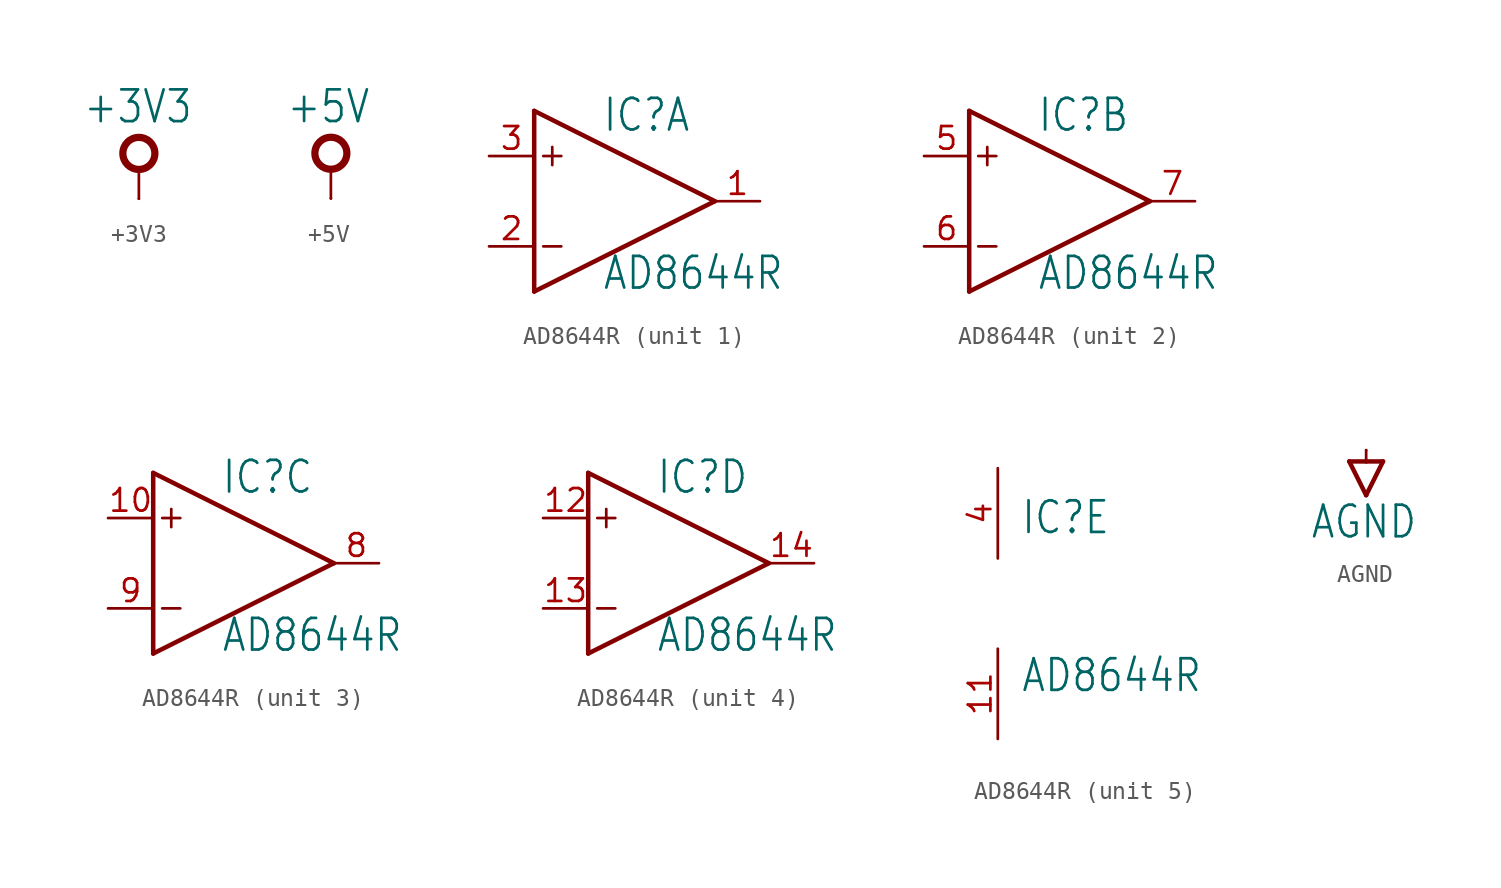
<source format=kicad_sym>
(kicad_symbol_lib
  (version 20211014)
  (generator kicad_symbol_editor)
  (symbol "+3V3"
    (power)
    (property "Reference" "#V"
      (at 0 0 0)
      (effects (font (size 1.27 1.27)) hide))
    (property "Value" "+3V3"
      (at -3.175 1.587 0)
      (effects (font (size 1.778 1.511)) (justify left bottom)))
    (property "ki_locked" ""
      (at 0 0 0)
      (effects (font (size 1.27 1.27))))
    (symbol "+3V3_1_0"
      (polyline (pts (xy 0 -2.54) (xy 0 -0.953)) (stroke (width 0.152) (type default) (color 0 0 0 0)) (fill (type none)))
      (circle (center 0 -0.0001) (radius 0.898) (stroke (width 0.406) (type default) (color 0 0 0 0)) (fill (type none)))
      (pin power_in line (at 0 -2.54 90) (length 0) (name "+3V3" (effects (font (size 0 0)))) (number "1" (effects (font (size 0 0)))))))
  (symbol "+5V"
    (power)
    (property "Reference" "#V"
      (at 0 0 0)
      (effects (font (size 1.27 1.27)) hide))
    (property "Value" "+5V"
      (at -2.54 1.587 0)
      (effects (font (size 1.778 1.511)) (justify left bottom)))
    (property "ki_locked" ""
      (at 0 0 0)
      (effects (font (size 1.27 1.27))))
    (symbol "+5V_1_0"
      (polyline (pts (xy 0 -2.54) (xy 0 -0.953)) (stroke (width 0.152) (type default) (color 0 0 0 0)) (fill (type none)))
      (circle (center 0 -0.0001) (radius 0.898) (stroke (width 0.406) (type default) (color 0 0 0 0)) (fill (type none)))
      (pin power_in line (at 0 -2.54 90) (length 0) (name "+5V" (effects (font (size 0 0)))) (number "1" (effects (font (size 0 0)))))))
  (symbol "AD8644R"
    (property "Reference" "IC"
      (at 1.27 3.81 0)
      (effects (font (size 1.778 1.511)) (justify left bottom)))
    (property "Value" "AD8644R"
      (at 1.27 -5.08 0)
      (effects (font (size 1.778 1.511)) (justify left bottom)))
    (property "ki_locked" ""
      (at 0 0 0)
      (effects (font (size 1.27 1.27))))
    (symbol "AD8644R_1_0"
      (polyline (pts (xy -2.54 -5.08) (xy 7.62 0)) (stroke (width 0.254) (type default) (color 0 0 0 0)) (fill (type none)))
      (polyline (pts (xy -2.54 5.08) (xy -2.54 -5.08)) (stroke (width 0.254) (type default) (color 0 0 0 0)) (fill (type none)))
      (polyline (pts (xy -2.032 -2.54) (xy -1.016 -2.54)) (stroke (width 0.152) (type default) (color 0 0 0 0)) (fill (type none)))
      (polyline (pts (xy -2.032 2.54) (xy -1.016 2.54)) (stroke (width 0.152) (type default) (color 0 0 0 0)) (fill (type none)))
      (polyline (pts (xy -1.524 3.048) (xy -1.524 2.032)) (stroke (width 0.152) (type default) (color 0 0 0 0)) (fill (type none)))
      (polyline (pts (xy 7.62 0) (xy -2.54 5.08)) (stroke (width 0.254) (type default) (color 0 0 0 0)) (fill (type none)))
      (pin output line (at 10.16 0 180) (length 2.54) (name "OUT" (effects (font (size 0 0)))) (number "1" (effects (font (size 1.27 1.27)))))
      (pin input line (at -5.08 -2.54 0) (length 2.54) (name "IN-" (effects (font (size 0 0)))) (number "2" (effects (font (size 1.27 1.27)))))
      (pin input line (at -5.08 2.54 0) (length 2.54) (name "IN+" (effects (font (size 0 0)))) (number "3" (effects (font (size 1.27 1.27))))))
    (symbol "AD8644R_2_0"
      (polyline (pts (xy -2.54 -5.08) (xy 7.62 0)) (stroke (width 0.254) (type default) (color 0 0 0 0)) (fill (type none)))
      (polyline (pts (xy -2.54 5.08) (xy -2.54 -5.08)) (stroke (width 0.254) (type default) (color 0 0 0 0)) (fill (type none)))
      (polyline (pts (xy -2.032 -2.54) (xy -1.016 -2.54)) (stroke (width 0.152) (type default) (color 0 0 0 0)) (fill (type none)))
      (polyline (pts (xy -2.032 2.54) (xy -1.016 2.54)) (stroke (width 0.152) (type default) (color 0 0 0 0)) (fill (type none)))
      (polyline (pts (xy -1.524 3.048) (xy -1.524 2.032)) (stroke (width 0.152) (type default) (color 0 0 0 0)) (fill (type none)))
      (polyline (pts (xy 7.62 0) (xy -2.54 5.08)) (stroke (width 0.254) (type default) (color 0 0 0 0)) (fill (type none)))
      (pin input line (at -5.08 2.54 0) (length 2.54) (name "IN+" (effects (font (size 0 0)))) (number "5" (effects (font (size 1.27 1.27)))))
      (pin input line (at -5.08 -2.54 0) (length 2.54) (name "IN-" (effects (font (size 0 0)))) (number "6" (effects (font (size 1.27 1.27)))))
      (pin output line (at 10.16 0 180) (length 2.54) (name "OUT" (effects (font (size 0 0)))) (number "7" (effects (font (size 1.27 1.27))))))
    (symbol "AD8644R_3_0"
      (polyline (pts (xy -2.54 -5.08) (xy 7.62 0)) (stroke (width 0.254) (type default) (color 0 0 0 0)) (fill (type none)))
      (polyline (pts (xy -2.54 5.08) (xy -2.54 -5.08)) (stroke (width 0.254) (type default) (color 0 0 0 0)) (fill (type none)))
      (polyline (pts (xy -2.032 -2.54) (xy -1.016 -2.54)) (stroke (width 0.152) (type default) (color 0 0 0 0)) (fill (type none)))
      (polyline (pts (xy -2.032 2.54) (xy -1.016 2.54)) (stroke (width 0.152) (type default) (color 0 0 0 0)) (fill (type none)))
      (polyline (pts (xy -1.524 3.048) (xy -1.524 2.032)) (stroke (width 0.152) (type default) (color 0 0 0 0)) (fill (type none)))
      (polyline (pts (xy 7.62 0) (xy -2.54 5.08)) (stroke (width 0.254) (type default) (color 0 0 0 0)) (fill (type none)))
      (pin input line (at -5.08 2.54 0) (length 2.54) (name "IN+" (effects (font (size 0 0)))) (number "10" (effects (font (size 1.27 1.27)))))
      (pin output line (at 10.16 0 180) (length 2.54) (name "OUT" (effects (font (size 0 0)))) (number "8" (effects (font (size 1.27 1.27)))))
      (pin input line (at -5.08 -2.54 0) (length 2.54) (name "IN-" (effects (font (size 0 0)))) (number "9" (effects (font (size 1.27 1.27))))))
    (symbol "AD8644R_4_0"
      (polyline (pts (xy -2.54 -5.08) (xy 7.62 0)) (stroke (width 0.254) (type default) (color 0 0 0 0)) (fill (type none)))
      (polyline (pts (xy -2.54 5.08) (xy -2.54 -5.08)) (stroke (width 0.254) (type default) (color 0 0 0 0)) (fill (type none)))
      (polyline (pts (xy -2.032 -2.54) (xy -1.016 -2.54)) (stroke (width 0.152) (type default) (color 0 0 0 0)) (fill (type none)))
      (polyline (pts (xy -2.032 2.54) (xy -1.016 2.54)) (stroke (width 0.152) (type default) (color 0 0 0 0)) (fill (type none)))
      (polyline (pts (xy -1.524 3.048) (xy -1.524 2.032)) (stroke (width 0.152) (type default) (color 0 0 0 0)) (fill (type none)))
      (polyline (pts (xy 7.62 0) (xy -2.54 5.08)) (stroke (width 0.254) (type default) (color 0 0 0 0)) (fill (type none)))
      (pin input line (at -5.08 2.54 0) (length 2.54) (name "IN+" (effects (font (size 0 0)))) (number "12" (effects (font (size 1.27 1.27)))))
      (pin input line (at -5.08 -2.54 0) (length 2.54) (name "IN-" (effects (font (size 0 0)))) (number "13" (effects (font (size 1.27 1.27)))))
      (pin output line (at 10.16 0 180) (length 2.54) (name "OUT" (effects (font (size 0 0)))) (number "14" (effects (font (size 1.27 1.27))))))
    (symbol "AD8644R_5_0"
      (pin power_in line (at 0 -7.62 90) (length 5.08) (name "V-" (effects (font (size 0 0)))) (number "11" (effects (font (size 1.27 1.27)))))
      (pin power_in line (at 0 7.62 270) (length 5.08) (name "V+" (effects (font (size 0 0)))) (number "4" (effects (font (size 1.27 1.27)))))))
  (symbol "AGND"
    (power)
    (property "Reference" "#AGND"
      (at 0 0 0)
      (effects (font (size 1.27 1.27)) hide))
    (property "Value" "AGND"
      (at -3.175 -2.54 0)
      (effects (font (size 1.778 1.511)) (justify left bottom)))
    (property "ki_locked" ""
      (at 0 0 0)
      (effects (font (size 1.27 1.27))))
    (symbol "AGND_1_0"
      (polyline (pts (xy -0.953 1.905) (xy 0 0)) (stroke (width 0.254) (type default) (color 0 0 0 0)) (fill (type none)))
      (polyline (pts (xy 0 0) (xy 0.953 1.905)) (stroke (width 0.254) (type default) (color 0 0 0 0)) (fill (type none)))
      (polyline (pts (xy 0 1.905) (xy -0.953 1.905)) (stroke (width 0.254) (type default) (color 0 0 0 0)) (fill (type none)))
      (polyline (pts (xy 0 2.54) (xy 0 1.905)) (stroke (width 0.152) (type default) (color 0 0 0 0)) (fill (type none)))
      (polyline (pts (xy 0.953 1.905) (xy 0 1.905)) (stroke (width 0.254) (type default) (color 0 0 0 0)) (fill (type none)))
      (pin power_in line (at 0 2.54 270) (length 0) (name "AGND" (effects (font (size 0 0)))) (number "1" (effects (font (size 0 0))))))))
</source>
